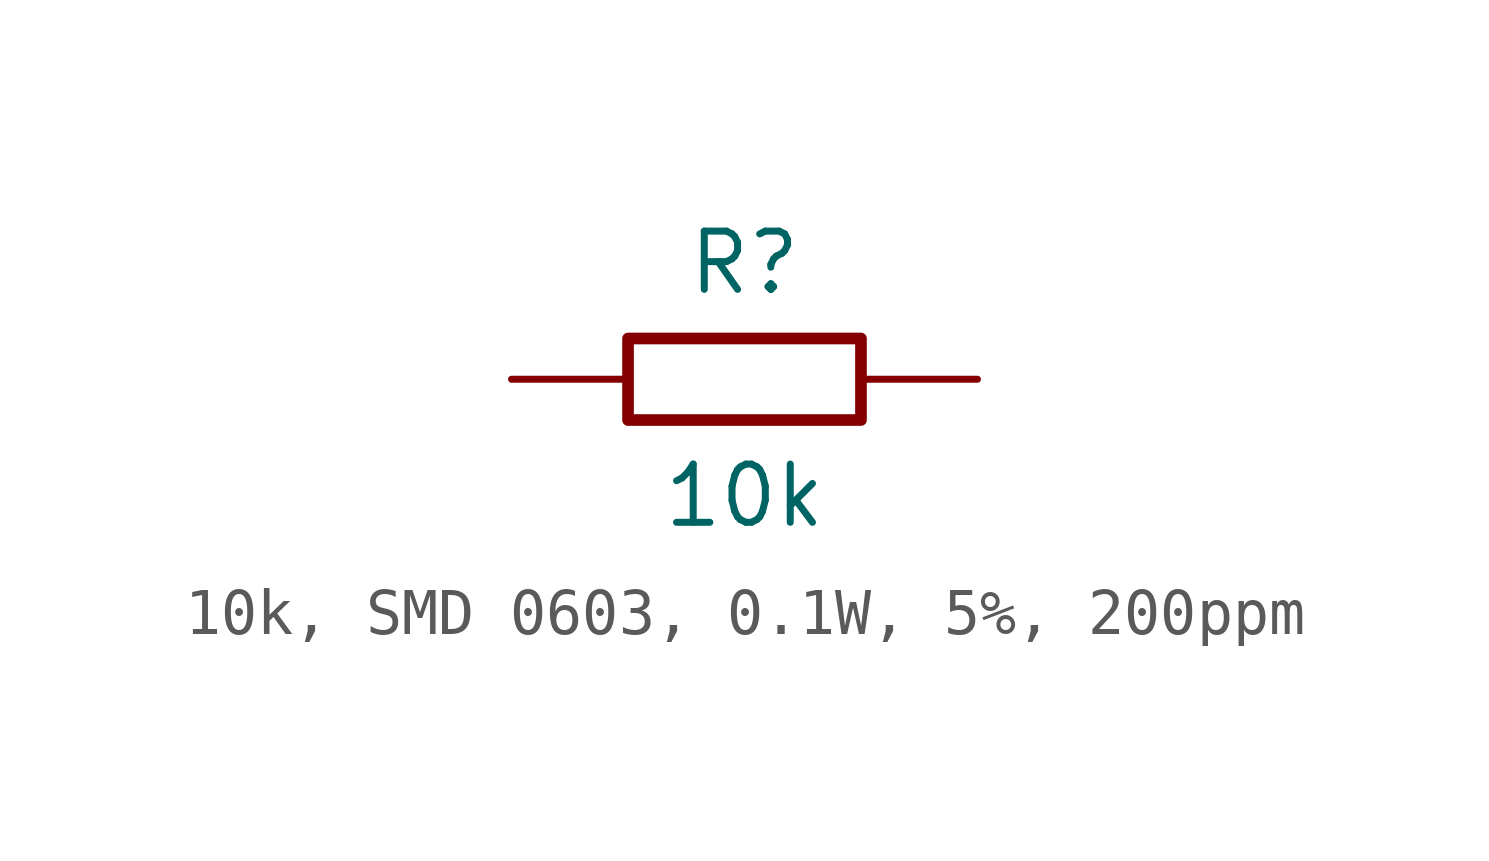
<source format=kicad_sym>
(kicad_symbol_lib
  (version 20241209)
  (generator "kicad_symbol_editor")
  (generator_version "9.0")
  (symbol "10k, SMD 0603, 0.1W, 5%, 200ppm"
    (pin_numbers
      (hide yes))
    (pin_names
      (offset 0)
      (hide yes))
    (property "Reference" "R"
      (at 0 2.54 0)
      (effects (font (size 1.27 1.27))))
    (property "Value" "10k"
      (at 0 -2.54 0)
      (effects (font (size 1.27 1.27))))
    (symbol "10k, SMD 0603, 0.1W, 5%, 200ppm_0_1"
      (rectangle (start -2.54 0.889) (end 2.54 -0.889) (stroke (width 0.254) (type default)) (fill (type none))))
    (symbol "10k, SMD 0603, 0.1W, 5%, 200ppm_1_1"
      (pin passive line (at -5.08 0 0) (length 2.54) (name "1" (effects (font (size 1.27 1.27)))) (number "1" (effects (font (size 1.27 1.27)))))
      (pin passive line (at 5.08 0 180) (length 2.54) (name "2" (effects (font (size 1.27 1.27)))) (number "2" (effects (font (size 1.27 1.27))))))))
</source>
